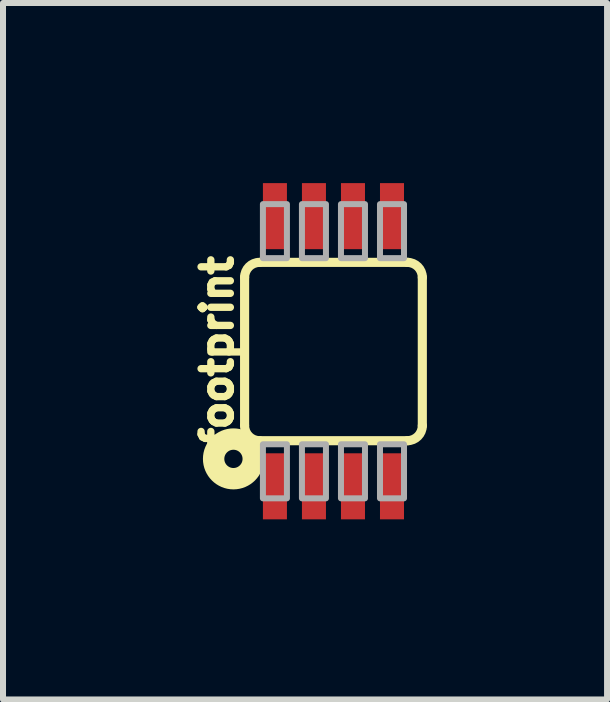
<source format=kicad_pcb>
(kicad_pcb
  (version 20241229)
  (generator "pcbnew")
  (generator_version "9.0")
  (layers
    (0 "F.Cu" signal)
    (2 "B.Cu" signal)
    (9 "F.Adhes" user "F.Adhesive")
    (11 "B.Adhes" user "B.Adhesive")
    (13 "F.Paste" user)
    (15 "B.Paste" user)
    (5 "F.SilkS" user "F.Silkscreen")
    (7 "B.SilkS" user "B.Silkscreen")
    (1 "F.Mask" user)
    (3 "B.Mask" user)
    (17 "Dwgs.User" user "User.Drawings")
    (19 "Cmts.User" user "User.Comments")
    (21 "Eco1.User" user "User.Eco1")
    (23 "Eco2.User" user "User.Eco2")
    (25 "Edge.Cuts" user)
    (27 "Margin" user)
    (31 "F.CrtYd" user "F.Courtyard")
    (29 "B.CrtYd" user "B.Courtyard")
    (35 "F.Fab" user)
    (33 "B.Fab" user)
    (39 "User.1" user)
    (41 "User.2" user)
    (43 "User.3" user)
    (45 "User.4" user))
  (footprint "footprint"
    (layer "F.Cu")
    (at 2.504 2.8)
    (property "Reference" "footprint" (at -1.651 0 90) (layer "F.SilkS") (effects (font (size 0.488 0.488) (thickness 0.122)) (justify bottom)))
    (fp_line (start -1.48 -1.23) (end -1.48 1.23) (stroke (width 0.152) (type solid)) (layer "F.SilkS"))
    (fp_line (start -1.22 -1.48) (end 1.24 -1.48) (stroke (width 0.152) (type solid)) (layer "F.SilkS"))
    (fp_line (start 1.24 1.49) (end -1.22 1.49) (stroke (width 0.152) (type solid)) (layer "F.SilkS"))
    (fp_line (start 1.48 1.24) (end 1.48 -1.23) (stroke (width 0.152) (type solid)) (layer "F.SilkS"))
    (fp_arc (start -1.48 -1.23) (mid -1.406777 -1.406777) (end -1.23 -1.48) (stroke (width 0.1524) (type solid)) (layer "F.SilkS"))
    (fp_arc (start -1.23 1.49) (mid -1.406777 1.416777) (end -1.48 1.24) (stroke (width 0.1524) (type solid)) (layer "F.SilkS"))
    (fp_arc (start 1.23 -1.48) (mid 1.406777 -1.406777) (end 1.48 -1.23) (stroke (width 0.1524) (type solid)) (layer "F.SilkS"))
    (fp_arc (start 1.48 1.24) (mid 1.406777 1.416777) (end 1.23 1.49) (stroke (width 0.1524) (type solid)) (layer "F.SilkS"))
    (fp_circle (center -1.666 1.793) (end -1.514 1.793) (stroke (width 0.356) (type solid)) (fill no) (layer "F.SilkS"))
    (fp_poly (pts (xy -1.175 -1.55) (xy -0.775 -1.55) (xy -0.775 -2.45) (xy -1.175 -2.45)) (stroke (width 0.1) (type solid)) (fill no) (layer "F.Fab"))
    (fp_poly (pts (xy -1.175 2.45) (xy -0.775 2.45) (xy -0.775 1.55) (xy -1.175 1.55)) (stroke (width 0.1) (type solid)) (fill no) (layer "F.Fab"))
    (fp_poly (pts (xy -0.525 -1.55) (xy -0.125 -1.55) (xy -0.125 -2.45) (xy -0.525 -2.45)) (stroke (width 0.1) (type solid)) (fill no) (layer "F.Fab"))
    (fp_poly (pts (xy -0.525 2.45) (xy -0.125 2.45) (xy -0.125 1.55) (xy -0.525 1.55)) (stroke (width 0.1) (type solid)) (fill no) (layer "F.Fab"))
    (fp_poly (pts (xy 0.125 -1.55) (xy 0.525 -1.55) (xy 0.525 -2.45) (xy 0.125 -2.45)) (stroke (width 0.1) (type solid)) (fill no) (layer "F.Fab"))
    (fp_poly (pts (xy 0.125 2.45) (xy 0.525 2.45) (xy 0.525 1.55) (xy 0.125 1.55)) (stroke (width 0.1) (type solid)) (fill no) (layer "F.Fab"))
    (fp_poly (pts (xy 0.775 -1.55) (xy 1.175 -1.55) (xy 1.175 -2.45) (xy 0.775 -2.45)) (stroke (width 0.1) (type solid)) (fill no) (layer "F.Fab"))
    (fp_poly (pts (xy 0.775 2.45) (xy 1.175 2.45) (xy 1.175 1.55) (xy 0.775 1.55)) (stroke (width 0.1) (type solid)) (fill no) (layer "F.Fab"))
    (pad "1" smd rect (at -0.975 2.25) (size 0.4 1.1) (layers "F.Cu" "F.Mask" "F.Paste"))
    (pad "2" smd rect (at -0.325 2.25) (size 0.4 1.1) (layers "F.Cu" "F.Mask" "F.Paste"))
    (pad "3" smd rect (at 0.325 2.25) (size 0.4 1.1) (layers "F.Cu" "F.Mask" "F.Paste"))
    (pad "4" smd rect (at 0.975 2.25) (size 0.4 1.1) (layers "F.Cu" "F.Mask" "F.Paste"))
    (pad "5" smd rect (at 0.975 -2.25) (size 0.4 1.1) (layers "F.Cu" "F.Mask" "F.Paste"))
    (pad "6" smd rect (at 0.325 -2.25) (size 0.4 1.1) (layers "F.Cu" "F.Mask" "F.Paste"))
    (pad "7" smd rect (at -0.325 -2.25) (size 0.4 1.1) (layers "F.Cu" "F.Mask" "F.Paste"))
    (pad "8" smd rect (at -0.975 -2.25) (size 0.4 1.1) (layers "F.Cu" "F.Mask" "F.Paste")))
  (gr_rect
    (start -3 -3)
    (end 7.061 8.6)
    (stroke (width 0.1) (type default))
    (fill no)
    (layer "Edge.Cuts")))
</source>
